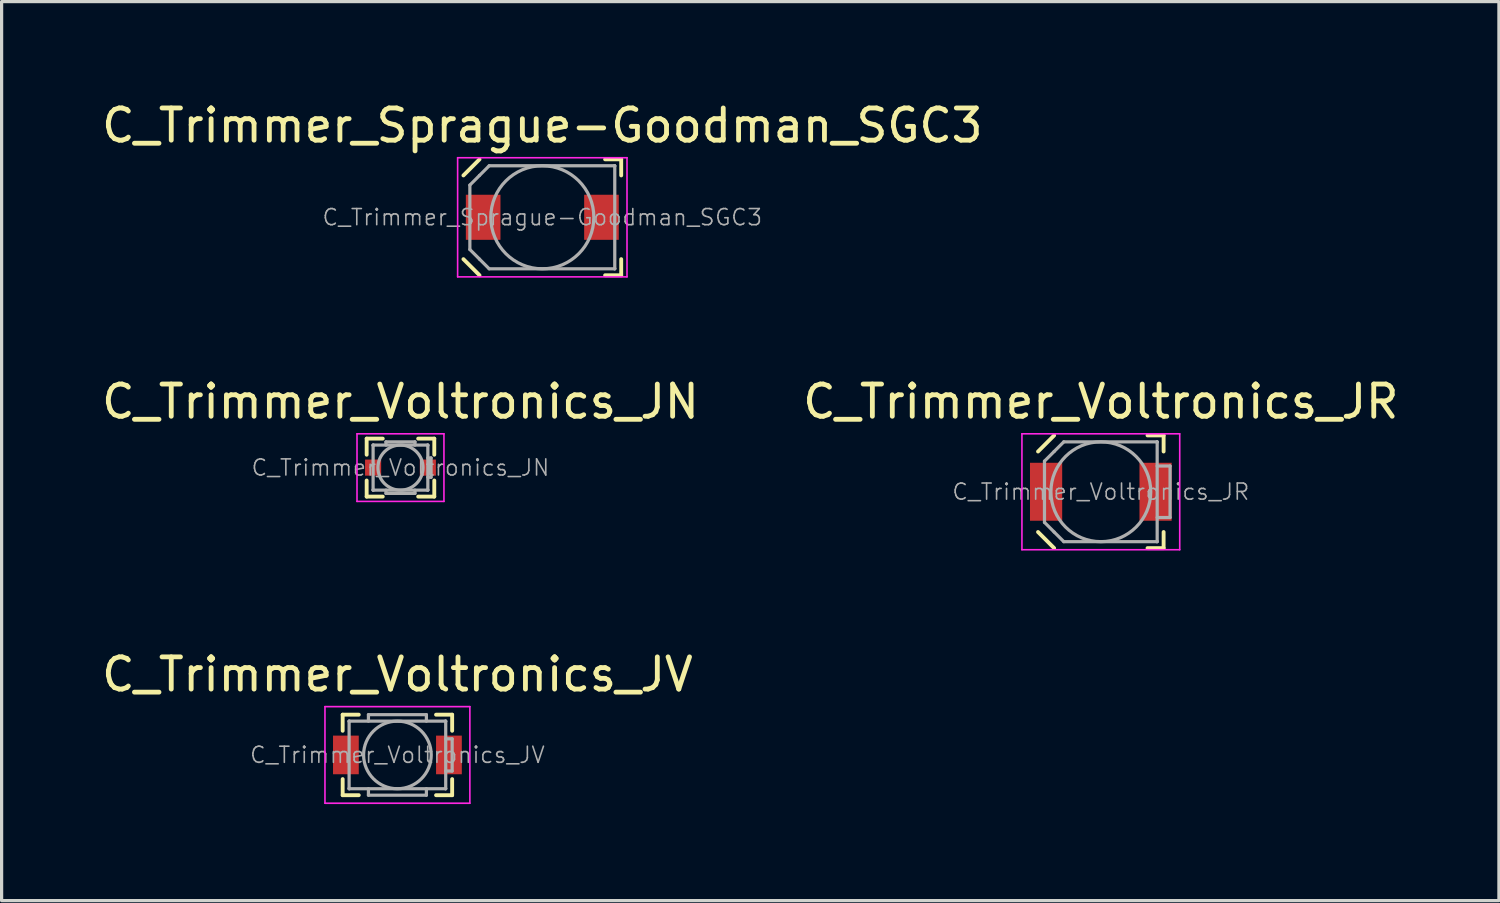
<source format=kicad_pcb>
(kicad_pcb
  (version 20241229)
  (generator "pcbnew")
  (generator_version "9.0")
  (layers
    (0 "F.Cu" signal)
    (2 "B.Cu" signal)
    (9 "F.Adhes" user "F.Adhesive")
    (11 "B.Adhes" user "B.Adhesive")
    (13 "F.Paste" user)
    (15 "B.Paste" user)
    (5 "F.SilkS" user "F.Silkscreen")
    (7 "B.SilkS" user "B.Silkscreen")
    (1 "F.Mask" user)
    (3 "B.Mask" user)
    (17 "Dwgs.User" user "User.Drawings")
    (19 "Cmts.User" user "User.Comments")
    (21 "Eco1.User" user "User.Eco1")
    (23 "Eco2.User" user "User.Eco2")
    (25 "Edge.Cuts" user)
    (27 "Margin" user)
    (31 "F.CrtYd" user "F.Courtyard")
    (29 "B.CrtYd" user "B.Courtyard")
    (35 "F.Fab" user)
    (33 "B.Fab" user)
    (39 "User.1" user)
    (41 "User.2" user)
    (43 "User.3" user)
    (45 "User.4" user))
  (footprint "C_Trimmer_Voltronics_JV"
    (layer "F.Cu")
    (at 9.292 20.395)
    (property "Reference" "C_Trimmer_Voltronics_JV" (at 0 -2.5 0) (layer "F.SilkS") (effects (font (size 1 1) (thickness 0.15))))
    (attr smd)
    (fp_line (start -1.7 -1.25) (end -1.7 -0.75) (stroke (width 0.12) (type solid)) (layer "F.SilkS"))
    (fp_line (start -1.7 -1.25) (end -1.2 -1.25) (stroke (width 0.12) (type solid)) (layer "F.SilkS"))
    (fp_line (start -1.7 1.25) (end -1.7 0.75) (stroke (width 0.12) (type solid)) (layer "F.SilkS"))
    (fp_line (start -1.7 1.25) (end -1.2 1.25) (stroke (width 0.12) (type solid)) (layer "F.SilkS"))
    (fp_line (start 1.7 -1.25) (end 1.2 -1.25) (stroke (width 0.12) (type solid)) (layer "F.SilkS"))
    (fp_line (start 1.7 -1.25) (end 1.7 -0.75) (stroke (width 0.12) (type solid)) (layer "F.SilkS"))
    (fp_line (start 1.7 1.25) (end 1.2 1.25) (stroke (width 0.12) (type solid)) (layer "F.SilkS"))
    (fp_line (start 1.7 1.25) (end 1.7 0.75) (stroke (width 0.12) (type solid)) (layer "F.SilkS"))
    (fp_line (start -2.25 -1.5) (end -2.25 1.5) (stroke (width 0.05) (type solid)) (layer "F.CrtYd"))
    (fp_line (start -2.25 1.5) (end 2.25 1.5) (stroke (width 0.05) (type solid)) (layer "F.CrtYd"))
    (fp_line (start 2.25 -1.5) (end -2.25 -1.5) (stroke (width 0.05) (type solid)) (layer "F.CrtYd"))
    (fp_line (start 2.25 1.5) (end 2.25 -1.5) (stroke (width 0.05) (type solid)) (layer "F.CrtYd"))
    (fp_line (start -1.5 -1.05) (end -1.49 -1.05) (stroke (width 0.1) (type solid)) (layer "F.Fab"))
    (fp_line (start -1.5 -1.04) (end -1.5 -1.05) (stroke (width 0.1) (type solid)) (layer "F.Fab"))
    (fp_line (start -1.5 1.04) (end -1.5 -1.04) (stroke (width 0.1) (type solid)) (layer "F.Fab"))
    (fp_line (start -1.5 1.05) (end -1.5 1.04) (stroke (width 0.1) (type solid)) (layer "F.Fab"))
    (fp_line (start -1.49 -1.05) (end 1.49 -1.05) (stroke (width 0.1) (type solid)) (layer "F.Fab"))
    (fp_line (start -1.49 1.05) (end -1.5 1.05) (stroke (width 0.1) (type solid)) (layer "F.Fab"))
    (fp_line (start -0.9 -1.25) (end 0.9 -1.25) (stroke (width 0.1) (type solid)) (layer "F.Fab"))
    (fp_line (start -0.9 -1.05) (end -0.9 -1.25) (stroke (width 0.1) (type solid)) (layer "F.Fab"))
    (fp_line (start -0.9 1.05) (end -0.9 1.25) (stroke (width 0.1) (type solid)) (layer "F.Fab"))
    (fp_line (start -0.9 1.25) (end 0.9 1.25) (stroke (width 0.1) (type solid)) (layer "F.Fab"))
    (fp_line (start 0.9 -1.25) (end 0.9 -1.05) (stroke (width 0.1) (type solid)) (layer "F.Fab"))
    (fp_line (start 0.9 1.25) (end 0.9 1.05) (stroke (width 0.1) (type solid)) (layer "F.Fab"))
    (fp_line (start 1.49 -1.05) (end 1.5 -1.05) (stroke (width 0.1) (type solid)) (layer "F.Fab"))
    (fp_line (start 1.49 1.05) (end -1.49 1.05) (stroke (width 0.1) (type solid)) (layer "F.Fab"))
    (fp_line (start 1.5 -1.05) (end 1.5 -1.04) (stroke (width 0.1) (type solid)) (layer "F.Fab"))
    (fp_line (start 1.5 -1.04) (end 1.5 1.04) (stroke (width 0.1) (type solid)) (layer "F.Fab"))
    (fp_line (start 1.5 -0.5) (end 1.7 -0.5) (stroke (width 0.1) (type solid)) (layer "F.Fab"))
    (fp_line (start 1.5 1.04) (end 1.5 1.05) (stroke (width 0.1) (type solid)) (layer "F.Fab"))
    (fp_line (start 1.5 1.05) (end 1.49 1.05) (stroke (width 0.1) (type solid)) (layer "F.Fab"))
    (fp_line (start 1.7 -0.5) (end 1.7 0.5) (stroke (width 0.1) (type solid)) (layer "F.Fab"))
    (fp_line (start 1.7 0.5) (end 1.5 0.5) (stroke (width 0.1) (type solid)) (layer "F.Fab"))
    (fp_circle (center 0 0) (end 1.05 0) (stroke (width 0.1) (type solid)) (fill no) (layer "F.Fab"))
    (fp_text user "${REFERENCE}" (at 0 0 0) (layer "F.Fab") (effects (font (size 0.5 0.5) (thickness 0.05))))
    (pad "1" smd rect (at -1.6 0) (size 0.8 1.2) (layers "F.Cu" "F.Mask" "F.Paste"))
    (pad "2" smd rect (at 1.6 0) (size 0.8 1.2) (layers "F.Cu" "F.Mask" "F.Paste")))
  (footprint "C_Trimmer_Sprague-Goodman_SGC3"
    (layer "F.Cu")
    (at 13.792 3.698)
    (property "Reference" "C_Trimmer_Sprague-Goodman_SGC3" (at 0 -2.85 0) (layer "F.SilkS") (effects (font (size 1 1) (thickness 0.15))))
    (attr smd)
    (fp_line (start -2.45 -1.3) (end -1.95 -1.8) (stroke (width 0.12) (type solid)) (layer "F.SilkS"))
    (fp_line (start -2.45 1.3) (end -1.95 1.8) (stroke (width 0.12) (type solid)) (layer "F.SilkS"))
    (fp_line (start 2.45 -1.8) (end 1.95 -1.8) (stroke (width 0.12) (type solid)) (layer "F.SilkS"))
    (fp_line (start 2.45 -1.8) (end 2.45 -1.3) (stroke (width 0.12) (type solid)) (layer "F.SilkS"))
    (fp_line (start 2.45 1.8) (end 1.95 1.8) (stroke (width 0.12) (type solid)) (layer "F.SilkS"))
    (fp_line (start 2.45 1.8) (end 2.45 1.3) (stroke (width 0.12) (type solid)) (layer "F.SilkS"))
    (fp_line (start -2.63 -1.85) (end -2.63 1.85) (stroke (width 0.05) (type solid)) (layer "F.CrtYd"))
    (fp_line (start -2.63 1.85) (end 2.63 1.85) (stroke (width 0.05) (type solid)) (layer "F.CrtYd"))
    (fp_line (start 2.63 -1.85) (end -2.63 -1.85) (stroke (width 0.05) (type solid)) (layer "F.CrtYd"))
    (fp_line (start 2.63 1.85) (end 2.63 -1.85) (stroke (width 0.05) (type solid)) (layer "F.CrtYd"))
    (fp_line (start -2.25 -1) (end -1.95 -1.3) (stroke (width 0.1) (type solid)) (layer "F.Fab"))
    (fp_line (start -2.25 1) (end -2.25 -1) (stroke (width 0.1) (type solid)) (layer "F.Fab"))
    (fp_line (start -1.95 -1.3) (end -1.65 -1.6) (stroke (width 0.1) (type solid)) (layer "F.Fab"))
    (fp_line (start -1.95 1.3) (end -2.25 1) (stroke (width 0.1) (type solid)) (layer "F.Fab"))
    (fp_line (start -1.65 -1.6) (end 2.24 -1.6) (stroke (width 0.1) (type solid)) (layer "F.Fab"))
    (fp_line (start -1.65 1.6) (end -1.95 1.3) (stroke (width 0.1) (type solid)) (layer "F.Fab"))
    (fp_line (start 2.24 -1.6) (end 2.25 -1.6) (stroke (width 0.1) (type solid)) (layer "F.Fab"))
    (fp_line (start 2.24 1.6) (end -1.65 1.6) (stroke (width 0.1) (type solid)) (layer "F.Fab"))
    (fp_line (start 2.25 -1.6) (end 2.25 -1.59) (stroke (width 0.1) (type solid)) (layer "F.Fab"))
    (fp_line (start 2.25 -1.59) (end 2.25 1.59) (stroke (width 0.1) (type solid)) (layer "F.Fab"))
    (fp_line (start 2.25 1.59) (end 2.25 1.6) (stroke (width 0.1) (type solid)) (layer "F.Fab"))
    (fp_line (start 2.25 1.6) (end 2.24 1.6) (stroke (width 0.1) (type solid)) (layer "F.Fab"))
    (fp_circle (center 0 0) (end 1.6 0) (stroke (width 0.1) (type solid)) (fill no) (layer "F.Fab"))
    (fp_text user "${REFERENCE}" (at 0 0 0) (layer "F.Fab") (effects (font (size 0.5 0.5) (thickness 0.05))))
    (pad "1" smd rect (at -1.837 0) (size 1.075 1.4) (layers "F.Cu" "F.Mask" "F.Paste"))
    (pad "2" smd rect (at 1.837 0) (size 1.075 1.4) (layers "F.Cu" "F.Mask" "F.Paste")))
  (footprint "C_Trimmer_Voltronics_JN"
    (layer "F.Cu")
    (at 9.387 11.472)
    (property "Reference" "C_Trimmer_Voltronics_JN" (at 0 -2.05 0) (layer "F.SilkS") (effects (font (size 1 1) (thickness 0.15))))
    (attr smd)
    (fp_line (start -1.05 -0.9) (end -1.05 -0.4) (stroke (width 0.12) (type solid)) (layer "F.SilkS"))
    (fp_line (start -1.05 -0.9) (end -0.55 -0.9) (stroke (width 0.12) (type solid)) (layer "F.SilkS"))
    (fp_line (start -1.05 0.9) (end -1.05 0.4) (stroke (width 0.12) (type solid)) (layer "F.SilkS"))
    (fp_line (start -1.05 0.9) (end -0.55 0.9) (stroke (width 0.12) (type solid)) (layer "F.SilkS"))
    (fp_line (start 1.05 -0.9) (end 0.55 -0.9) (stroke (width 0.12) (type solid)) (layer "F.SilkS"))
    (fp_line (start 1.05 -0.9) (end 1.05 -0.4) (stroke (width 0.12) (type solid)) (layer "F.SilkS"))
    (fp_line (start 1.05 0.9) (end 0.55 0.9) (stroke (width 0.12) (type solid)) (layer "F.SilkS"))
    (fp_line (start 1.05 0.9) (end 1.05 0.4) (stroke (width 0.12) (type solid)) (layer "F.SilkS"))
    (fp_line (start -1.35 -1.05) (end -1.35 1.05) (stroke (width 0.05) (type solid)) (layer "F.CrtYd"))
    (fp_line (start -1.35 1.05) (end 1.35 1.05) (stroke (width 0.05) (type solid)) (layer "F.CrtYd"))
    (fp_line (start 1.35 -1.05) (end -1.35 -1.05) (stroke (width 0.05) (type solid)) (layer "F.CrtYd"))
    (fp_line (start 1.35 1.05) (end 1.35 -1.05) (stroke (width 0.05) (type solid)) (layer "F.CrtYd"))
    (fp_line (start -0.85 -0.7) (end -0.84 -0.7) (stroke (width 0.1) (type solid)) (layer "F.Fab"))
    (fp_line (start -0.85 -0.69) (end -0.85 -0.7) (stroke (width 0.1) (type solid)) (layer "F.Fab"))
    (fp_line (start -0.85 0.69) (end -0.85 -0.69) (stroke (width 0.1) (type solid)) (layer "F.Fab"))
    (fp_line (start -0.85 0.7) (end -0.85 0.69) (stroke (width 0.1) (type solid)) (layer "F.Fab"))
    (fp_line (start -0.84 -0.7) (end 0.84 -0.7) (stroke (width 0.1) (type solid)) (layer "F.Fab"))
    (fp_line (start -0.84 0.7) (end -0.85 0.7) (stroke (width 0.1) (type solid)) (layer "F.Fab"))
    (fp_line (start -0.45 -0.8) (end 0.45 -0.8) (stroke (width 0.1) (type solid)) (layer "F.Fab"))
    (fp_line (start -0.45 -0.7) (end -0.45 -0.8) (stroke (width 0.1) (type solid)) (layer "F.Fab"))
    (fp_line (start -0.45 0.7) (end -0.45 0.8) (stroke (width 0.1) (type solid)) (layer "F.Fab"))
    (fp_line (start -0.45 0.8) (end 0.45 0.8) (stroke (width 0.1) (type solid)) (layer "F.Fab"))
    (fp_line (start 0.45 -0.8) (end 0.45 -0.7) (stroke (width 0.1) (type solid)) (layer "F.Fab"))
    (fp_line (start 0.45 0.8) (end 0.45 0.7) (stroke (width 0.1) (type solid)) (layer "F.Fab"))
    (fp_line (start 0.84 -0.7) (end 0.85 -0.7) (stroke (width 0.1) (type solid)) (layer "F.Fab"))
    (fp_line (start 0.84 0.7) (end -0.84 0.7) (stroke (width 0.1) (type solid)) (layer "F.Fab"))
    (fp_line (start 0.85 -0.7) (end 0.85 -0.69) (stroke (width 0.1) (type solid)) (layer "F.Fab"))
    (fp_line (start 0.85 -0.69) (end 0.85 0.69) (stroke (width 0.1) (type solid)) (layer "F.Fab"))
    (fp_line (start 0.85 -0.3) (end 0.95 -0.3) (stroke (width 0.1) (type solid)) (layer "F.Fab"))
    (fp_line (start 0.85 0.69) (end 0.85 0.7) (stroke (width 0.1) (type solid)) (layer "F.Fab"))
    (fp_line (start 0.85 0.7) (end 0.84 0.7) (stroke (width 0.1) (type solid)) (layer "F.Fab"))
    (fp_line (start 0.95 -0.3) (end 0.95 0.3) (stroke (width 0.1) (type solid)) (layer "F.Fab"))
    (fp_line (start 0.95 0.3) (end 0.85 0.3) (stroke (width 0.1) (type solid)) (layer "F.Fab"))
    (fp_circle (center 0 0) (end 0.7 0) (stroke (width 0.1) (type solid)) (fill no) (layer "F.Fab"))
    (fp_text user "${REFERENCE}" (at 0 0 0) (layer "F.Fab") (effects (font (size 0.5 0.5) (thickness 0.05))))
    (pad "1" smd rect (at -0.85 0) (size 0.5 0.5) (layers "F.Cu" "F.Mask" "F.Paste"))
    (pad "2" smd rect (at 0.85 0) (size 0.5 0.5) (layers "F.Cu" "F.Mask" "F.Paste")))
  (footprint "C_Trimmer_Voltronics_JR"
    (layer "F.Cu")
    (at 31.137 12.222)
    (property "Reference" "C_Trimmer_Voltronics_JR" (at 0 -2.8 0) (layer "F.SilkS") (effects (font (size 1 1) (thickness 0.15))))
    (attr smd)
    (fp_line (start -1.95 -1.25) (end -1.45 -1.75) (stroke (width 0.12) (type solid)) (layer "F.SilkS"))
    (fp_line (start -1.95 1.25) (end -1.45 1.75) (stroke (width 0.12) (type solid)) (layer "F.SilkS"))
    (fp_line (start 1.95 -1.75) (end 1.45 -1.75) (stroke (width 0.12) (type solid)) (layer "F.SilkS"))
    (fp_line (start 1.95 -1.75) (end 1.95 -1.25) (stroke (width 0.12) (type solid)) (layer "F.SilkS"))
    (fp_line (start 1.95 1.75) (end 1.45 1.75) (stroke (width 0.12) (type solid)) (layer "F.SilkS"))
    (fp_line (start 1.95 1.75) (end 1.95 1.25) (stroke (width 0.12) (type solid)) (layer "F.SilkS"))
    (fp_line (start -2.45 -1.8) (end -2.45 1.8) (stroke (width 0.05) (type solid)) (layer "F.CrtYd"))
    (fp_line (start -2.45 1.8) (end 2.45 1.8) (stroke (width 0.05) (type solid)) (layer "F.CrtYd"))
    (fp_line (start 2.45 -1.8) (end -2.45 -1.8) (stroke (width 0.05) (type solid)) (layer "F.CrtYd"))
    (fp_line (start 2.45 1.8) (end 2.45 -1.8) (stroke (width 0.05) (type solid)) (layer "F.CrtYd"))
    (fp_line (start -1.75 -0.95) (end -1.45 -1.25) (stroke (width 0.1) (type solid)) (layer "F.Fab"))
    (fp_line (start -1.75 0.95) (end -1.75 -0.95) (stroke (width 0.1) (type solid)) (layer "F.Fab"))
    (fp_line (start -1.45 -1.25) (end -1.15 -1.55) (stroke (width 0.1) (type solid)) (layer "F.Fab"))
    (fp_line (start -1.45 1.25) (end -1.75 0.95) (stroke (width 0.1) (type solid)) (layer "F.Fab"))
    (fp_line (start -1.15 -1.55) (end 1.74 -1.55) (stroke (width 0.1) (type solid)) (layer "F.Fab"))
    (fp_line (start -1.15 1.55) (end -1.45 1.25) (stroke (width 0.1) (type solid)) (layer "F.Fab"))
    (fp_line (start 1.74 -1.55) (end 1.75 -1.55) (stroke (width 0.1) (type solid)) (layer "F.Fab"))
    (fp_line (start 1.74 1.55) (end -1.15 1.55) (stroke (width 0.1) (type solid)) (layer "F.Fab"))
    (fp_line (start 1.75 -1.55) (end 1.75 -1.54) (stroke (width 0.1) (type solid)) (layer "F.Fab"))
    (fp_line (start 1.75 -1.54) (end 1.75 1.54) (stroke (width 0.1) (type solid)) (layer "F.Fab"))
    (fp_line (start 1.75 -0.8) (end 2.15 -0.8) (stroke (width 0.1) (type solid)) (layer "F.Fab"))
    (fp_line (start 1.75 1.54) (end 1.75 1.55) (stroke (width 0.1) (type solid)) (layer "F.Fab"))
    (fp_line (start 1.75 1.55) (end 1.74 1.55) (stroke (width 0.1) (type solid)) (layer "F.Fab"))
    (fp_line (start 2.15 -0.8) (end 2.15 0.8) (stroke (width 0.1) (type solid)) (layer "F.Fab"))
    (fp_line (start 2.15 0.8) (end 1.75 0.8) (stroke (width 0.1) (type solid)) (layer "F.Fab"))
    (fp_circle (center 0 0) (end 1.55 0) (stroke (width 0.1) (type solid)) (fill no) (layer "F.Fab"))
    (fp_text user "${REFERENCE}" (at 0 0 0) (layer "F.Fab") (effects (font (size 0.5 0.5) (thickness 0.05))))
    (pad "1" smd rect (at -1.7 0) (size 1 1.8) (layers "F.Cu" "F.Mask" "F.Paste"))
    (pad "2" smd rect (at 1.7 0) (size 1 1.8) (layers "F.Cu" "F.Mask" "F.Paste")))
  (gr_rect
    (start -3 -3)
    (end 43.5 24.92)
    (stroke (width 0.1) (type default))
    (fill no)
    (layer "Edge.Cuts")))
</source>
